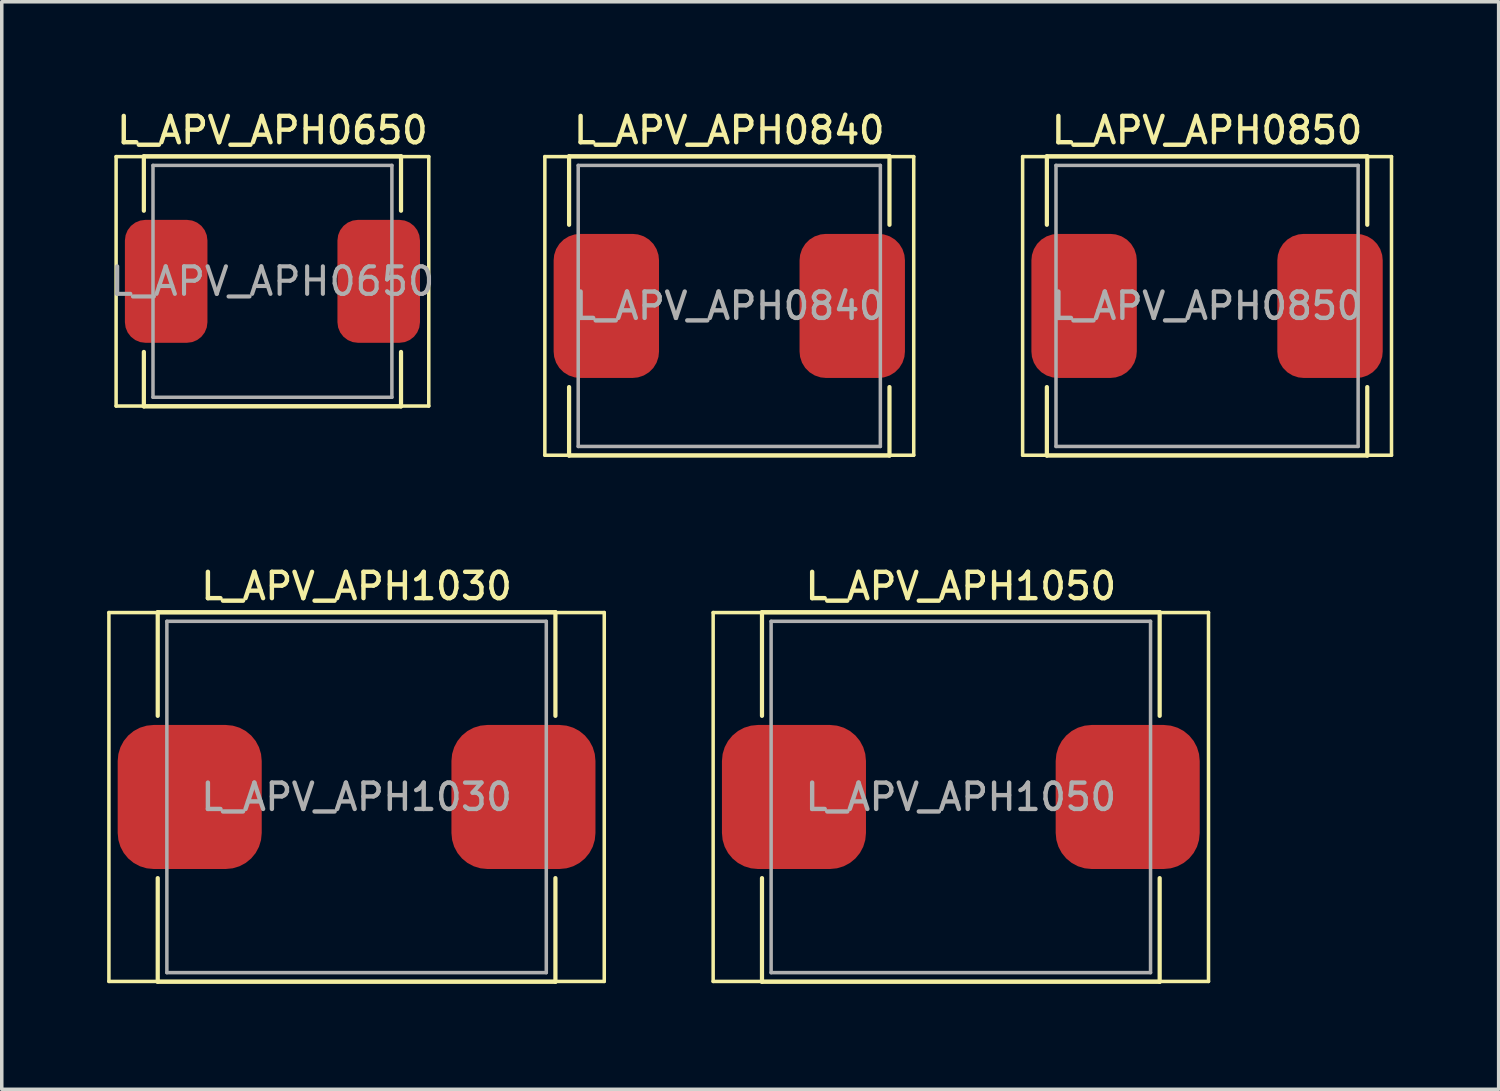
<source format=kicad_pcb>
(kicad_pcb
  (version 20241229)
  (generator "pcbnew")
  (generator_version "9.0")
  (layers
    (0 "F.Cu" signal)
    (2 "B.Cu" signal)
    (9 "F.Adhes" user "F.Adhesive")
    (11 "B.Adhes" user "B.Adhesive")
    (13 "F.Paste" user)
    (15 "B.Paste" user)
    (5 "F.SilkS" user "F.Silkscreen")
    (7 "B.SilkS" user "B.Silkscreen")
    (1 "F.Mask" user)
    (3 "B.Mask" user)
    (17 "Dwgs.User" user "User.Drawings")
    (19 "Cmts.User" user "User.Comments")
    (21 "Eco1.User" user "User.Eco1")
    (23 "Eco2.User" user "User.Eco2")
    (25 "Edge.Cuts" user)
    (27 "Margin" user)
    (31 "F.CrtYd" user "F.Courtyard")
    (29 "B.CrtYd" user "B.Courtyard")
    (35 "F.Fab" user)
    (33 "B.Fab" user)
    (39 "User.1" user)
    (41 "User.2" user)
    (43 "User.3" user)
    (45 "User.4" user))
  (footprint "L_APV_APH0840"
    (layer "F.Cu")
    (at 17.709 5.658)
    (property "Reference" "L_APV_APH0840" (at 0 -5 0) (layer "F.SilkS") (effects (font (size 0.75 0.75) (thickness 0.125))))
    (attr smd)
    (fp_line (start -5.25 -4.25) (end -5.25 4.25) (stroke (width 0.1) (type solid)) (layer "F.SilkS"))
    (fp_line (start -5.25 4.25) (end 5.25 4.25) (stroke (width 0.1) (type solid)) (layer "F.SilkS"))
    (fp_line (start -4.56 -4.26) (end -4.56 -2.31) (stroke (width 0.12) (type solid)) (layer "F.SilkS"))
    (fp_line (start -4.56 -4.26) (end 4.56 -4.26) (stroke (width 0.12) (type solid)) (layer "F.SilkS"))
    (fp_line (start -4.56 4.26) (end -4.56 2.31) (stroke (width 0.12) (type solid)) (layer "F.SilkS"))
    (fp_line (start -4.56 4.26) (end 4.56 4.26) (stroke (width 0.12) (type solid)) (layer "F.SilkS"))
    (fp_line (start 4.56 -4.26) (end 4.56 -2.31) (stroke (width 0.12) (type solid)) (layer "F.SilkS"))
    (fp_line (start 4.56 4.26) (end 4.56 2.31) (stroke (width 0.12) (type solid)) (layer "F.SilkS"))
    (fp_line (start 5.25 -4.25) (end -5.25 -4.25) (stroke (width 0.1) (type solid)) (layer "F.SilkS"))
    (fp_line (start 5.25 4.25) (end 5.25 -4.25) (stroke (width 0.1) (type solid)) (layer "F.SilkS"))
    (fp_line (start -4.3 -4) (end -4.3 4) (stroke (width 0.1) (type solid)) (layer "F.Fab"))
    (fp_line (start -4.3 4) (end 4.3 4) (stroke (width 0.1) (type solid)) (layer "F.Fab"))
    (fp_line (start 4.3 -4) (end -4.3 -4) (stroke (width 0.1) (type solid)) (layer "F.Fab"))
    (fp_line (start 4.3 4) (end 4.3 -4) (stroke (width 0.1) (type solid)) (layer "F.Fab"))
    (fp_text user "${REFERENCE}" (at 0 0 0) (layer "F.Fab") (effects (font (size 0.75 0.75) (thickness 0.125))))
    (pad "1" smd roundrect (at -3.5 0) (size 3 4.1) (layers "F.Cu" "F.Mask" "F.Paste") (roundrect_rratio 0.25))
    (pad "2" smd roundrect (at 3.5 0) (size 3 4.1) (layers "F.Cu" "F.Mask" "F.Paste") (roundrect_rratio 0.25)))
  (footprint "L_APV_APH0650"
    (layer "F.Cu")
    (at 4.705 4.958)
    (property "Reference" "L_APV_APH0650" (at 0 -4.3 0) (layer "F.SilkS") (effects (font (size 0.75 0.75) (thickness 0.125))))
    (attr smd)
    (fp_line (start -4.45 -3.55) (end -4.45 3.55) (stroke (width 0.1) (type solid)) (layer "F.SilkS"))
    (fp_line (start -4.45 3.55) (end 4.45 3.55) (stroke (width 0.1) (type solid)) (layer "F.SilkS"))
    (fp_line (start -3.66 -3.56) (end -3.66 -2.01) (stroke (width 0.12) (type solid)) (layer "F.SilkS"))
    (fp_line (start -3.66 -3.56) (end 3.66 -3.56) (stroke (width 0.12) (type solid)) (layer "F.SilkS"))
    (fp_line (start -3.66 3.56) (end -3.66 2.01) (stroke (width 0.12) (type solid)) (layer "F.SilkS"))
    (fp_line (start -3.66 3.56) (end 3.66 3.56) (stroke (width 0.12) (type solid)) (layer "F.SilkS"))
    (fp_line (start 3.66 -3.56) (end 3.66 -2.01) (stroke (width 0.12) (type solid)) (layer "F.SilkS"))
    (fp_line (start 3.66 3.56) (end 3.66 2.01) (stroke (width 0.12) (type solid)) (layer "F.SilkS"))
    (fp_line (start 4.45 -3.55) (end -4.45 -3.55) (stroke (width 0.1) (type solid)) (layer "F.SilkS"))
    (fp_line (start 4.45 3.55) (end 4.45 -3.55) (stroke (width 0.1) (type solid)) (layer "F.SilkS"))
    (fp_line (start -3.4 -3.3) (end -3.4 3.3) (stroke (width 0.1) (type solid)) (layer "F.Fab"))
    (fp_line (start -3.4 3.3) (end 3.4 3.3) (stroke (width 0.1) (type solid)) (layer "F.Fab"))
    (fp_line (start 3.4 -3.3) (end -3.4 -3.3) (stroke (width 0.1) (type solid)) (layer "F.Fab"))
    (fp_line (start 3.4 3.3) (end 3.4 -3.3) (stroke (width 0.1) (type solid)) (layer "F.Fab"))
    (fp_text user "${REFERENCE}" (at 0 0 0) (layer "F.Fab") (effects (font (size 0.783 0.783) (thickness 0.117))))
    (pad "1" smd roundrect (at -3.025 0) (size 2.35 3.5) (layers "F.Cu" "F.Mask" "F.Paste") (roundrect_rratio 0.25))
    (pad "2" smd roundrect (at 3.025 0) (size 2.35 3.5) (layers "F.Cu" "F.Mask" "F.Paste") (roundrect_rratio 0.25)))
  (footprint "L_APV_APH0850"
    (layer "F.Cu")
    (at 31.309 5.658)
    (property "Reference" "L_APV_APH0850" (at 0 -5 0) (layer "F.SilkS") (effects (font (size 0.75 0.75) (thickness 0.125))))
    (attr smd)
    (fp_line (start -5.25 -4.25) (end -5.25 4.25) (stroke (width 0.1) (type solid)) (layer "F.SilkS"))
    (fp_line (start -5.25 4.25) (end 5.25 4.25) (stroke (width 0.1) (type solid)) (layer "F.SilkS"))
    (fp_line (start -4.56 -4.26) (end -4.56 -2.31) (stroke (width 0.12) (type solid)) (layer "F.SilkS"))
    (fp_line (start -4.56 -4.26) (end 4.56 -4.26) (stroke (width 0.12) (type solid)) (layer "F.SilkS"))
    (fp_line (start -4.56 4.26) (end -4.56 2.31) (stroke (width 0.12) (type solid)) (layer "F.SilkS"))
    (fp_line (start -4.56 4.26) (end 4.56 4.26) (stroke (width 0.12) (type solid)) (layer "F.SilkS"))
    (fp_line (start 4.56 -4.26) (end 4.56 -2.31) (stroke (width 0.12) (type solid)) (layer "F.SilkS"))
    (fp_line (start 4.56 4.26) (end 4.56 2.31) (stroke (width 0.12) (type solid)) (layer "F.SilkS"))
    (fp_line (start 5.25 -4.25) (end -5.25 -4.25) (stroke (width 0.1) (type solid)) (layer "F.SilkS"))
    (fp_line (start 5.25 4.25) (end 5.25 -4.25) (stroke (width 0.1) (type solid)) (layer "F.SilkS"))
    (fp_line (start -4.3 -4) (end -4.3 4) (stroke (width 0.1) (type solid)) (layer "F.Fab"))
    (fp_line (start -4.3 4) (end 4.3 4) (stroke (width 0.1) (type solid)) (layer "F.Fab"))
    (fp_line (start 4.3 -4) (end -4.3 -4) (stroke (width 0.1) (type solid)) (layer "F.Fab"))
    (fp_line (start 4.3 4) (end 4.3 -4) (stroke (width 0.1) (type solid)) (layer "F.Fab"))
    (fp_text user "${REFERENCE}" (at 0 0 0) (layer "F.Fab") (effects (font (size 0.75 0.75) (thickness 0.125))))
    (pad "1" smd roundrect (at -3.5 0) (size 3 4.1) (layers "F.Cu" "F.Mask" "F.Paste") (roundrect_rratio 0.25))
    (pad "2" smd roundrect (at 3.5 0) (size 3 4.1) (layers "F.Cu" "F.Mask" "F.Paste") (roundrect_rratio 0.25)))
  (footprint "L_APV_APH1030"
    (layer "F.Cu")
    (at 7.1 19.636)
    (property "Reference" "L_APV_APH1030" (at 0 -6 0) (layer "F.SilkS") (effects (font (size 0.75 0.75) (thickness 0.125))))
    (attr smd)
    (fp_line (start -7.05 -5.25) (end -7.05 5.25) (stroke (width 0.1) (type solid)) (layer "F.SilkS"))
    (fp_line (start -7.05 5.25) (end 7.05 5.25) (stroke (width 0.1) (type solid)) (layer "F.SilkS"))
    (fp_line (start -5.66 -5.26) (end -5.66 -2.31) (stroke (width 0.12) (type solid)) (layer "F.SilkS"))
    (fp_line (start -5.66 -5.26) (end 5.66 -5.26) (stroke (width 0.12) (type solid)) (layer "F.SilkS"))
    (fp_line (start -5.66 5.26) (end -5.66 2.31) (stroke (width 0.12) (type solid)) (layer "F.SilkS"))
    (fp_line (start -5.66 5.26) (end 5.66 5.26) (stroke (width 0.12) (type solid)) (layer "F.SilkS"))
    (fp_line (start 5.66 -5.26) (end 5.66 -2.31) (stroke (width 0.12) (type solid)) (layer "F.SilkS"))
    (fp_line (start 5.66 5.26) (end 5.66 2.31) (stroke (width 0.12) (type solid)) (layer "F.SilkS"))
    (fp_line (start 7.05 -5.25) (end -7.05 -5.25) (stroke (width 0.1) (type solid)) (layer "F.SilkS"))
    (fp_line (start 7.05 5.25) (end 7.05 -5.25) (stroke (width 0.1) (type solid)) (layer "F.SilkS"))
    (fp_line (start -5.4 -5) (end -5.4 5) (stroke (width 0.1) (type solid)) (layer "F.Fab"))
    (fp_line (start -5.4 5) (end 5.4 5) (stroke (width 0.1) (type solid)) (layer "F.Fab"))
    (fp_line (start 5.4 -5) (end -5.4 -5) (stroke (width 0.1) (type solid)) (layer "F.Fab"))
    (fp_line (start 5.4 5) (end 5.4 -5) (stroke (width 0.1) (type solid)) (layer "F.Fab"))
    (fp_text user "${REFERENCE}" (at 0 0 0) (layer "F.Fab") (effects (font (size 0.75 0.75) (thickness 0.125))))
    (pad "1" smd roundrect (at -4.75 0) (size 4.1 4.1) (layers "F.Cu" "F.Mask" "F.Paste") (roundrect_rratio 0.25))
    (pad "2" smd roundrect (at 4.75 0) (size 4.1 4.1) (layers "F.Cu" "F.Mask" "F.Paste") (roundrect_rratio 0.25)))
  (footprint "L_APV_APH1050"
    (layer "F.Cu")
    (at 24.3 19.636)
    (property "Reference" "L_APV_APH1050" (at 0 -6 0) (layer "F.SilkS") (effects (font (size 0.75 0.75) (thickness 0.125))))
    (attr smd)
    (fp_line (start -7.05 -5.25) (end -7.05 5.25) (stroke (width 0.1) (type solid)) (layer "F.SilkS"))
    (fp_line (start -7.05 5.25) (end 7.05 5.25) (stroke (width 0.1) (type solid)) (layer "F.SilkS"))
    (fp_line (start -5.66 -5.26) (end -5.66 -2.31) (stroke (width 0.12) (type solid)) (layer "F.SilkS"))
    (fp_line (start -5.66 -5.26) (end 5.66 -5.26) (stroke (width 0.12) (type solid)) (layer "F.SilkS"))
    (fp_line (start -5.66 5.26) (end -5.66 2.31) (stroke (width 0.12) (type solid)) (layer "F.SilkS"))
    (fp_line (start -5.66 5.26) (end 5.66 5.26) (stroke (width 0.12) (type solid)) (layer "F.SilkS"))
    (fp_line (start 5.66 -5.26) (end 5.66 -2.31) (stroke (width 0.12) (type solid)) (layer "F.SilkS"))
    (fp_line (start 5.66 5.26) (end 5.66 2.31) (stroke (width 0.12) (type solid)) (layer "F.SilkS"))
    (fp_line (start 7.05 -5.25) (end -7.05 -5.25) (stroke (width 0.1) (type solid)) (layer "F.SilkS"))
    (fp_line (start 7.05 5.25) (end 7.05 -5.25) (stroke (width 0.1) (type solid)) (layer "F.SilkS"))
    (fp_line (start -5.4 -5) (end -5.4 5) (stroke (width 0.1) (type solid)) (layer "F.Fab"))
    (fp_line (start -5.4 5) (end 5.4 5) (stroke (width 0.1) (type solid)) (layer "F.Fab"))
    (fp_line (start 5.4 -5) (end -5.4 -5) (stroke (width 0.1) (type solid)) (layer "F.Fab"))
    (fp_line (start 5.4 5) (end 5.4 -5) (stroke (width 0.1) (type solid)) (layer "F.Fab"))
    (fp_text user "${REFERENCE}" (at 0 0 0) (layer "F.Fab") (effects (font (size 0.75 0.75) (thickness 0.125))))
    (pad "1" smd roundrect (at -4.75 0) (size 4.1 4.1) (layers "F.Cu" "F.Mask" "F.Paste") (roundrect_rratio 0.25))
    (pad "2" smd roundrect (at 4.75 0) (size 4.1 4.1) (layers "F.Cu" "F.Mask" "F.Paste") (roundrect_rratio 0.25)))
  (gr_rect
    (start -3 -3)
    (end 39.609 27.956)
    (stroke (width 0.1) (type default))
    (fill no)
    (layer "Edge.Cuts")))
</source>
